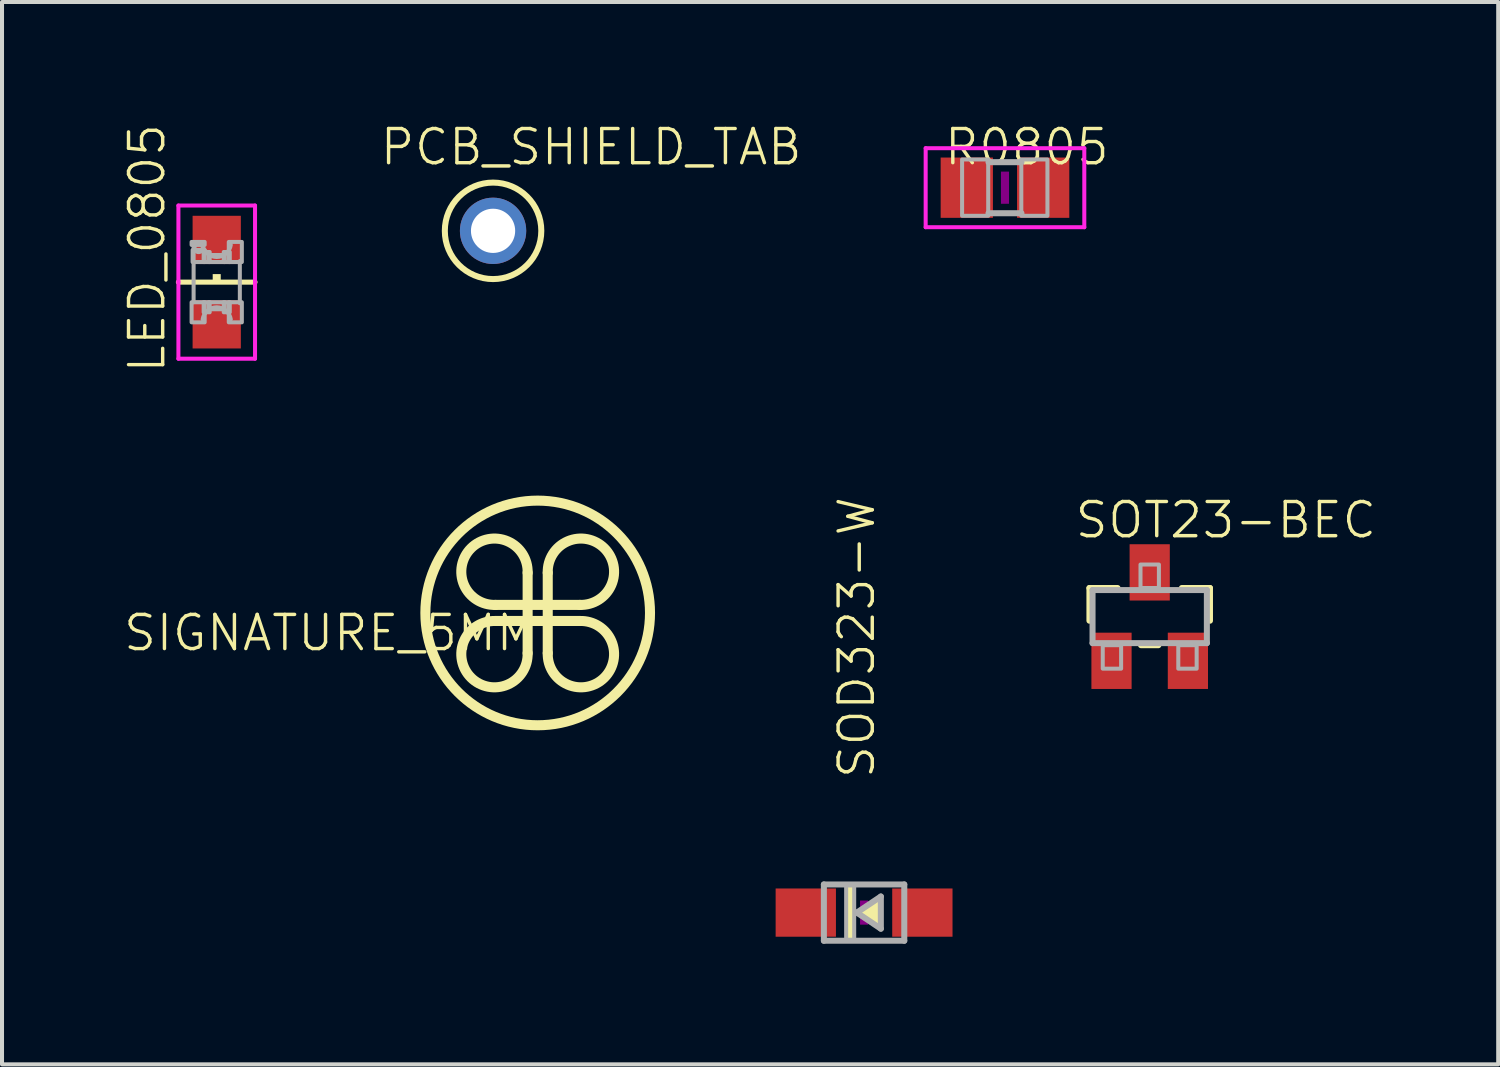
<source format=kicad_pcb>
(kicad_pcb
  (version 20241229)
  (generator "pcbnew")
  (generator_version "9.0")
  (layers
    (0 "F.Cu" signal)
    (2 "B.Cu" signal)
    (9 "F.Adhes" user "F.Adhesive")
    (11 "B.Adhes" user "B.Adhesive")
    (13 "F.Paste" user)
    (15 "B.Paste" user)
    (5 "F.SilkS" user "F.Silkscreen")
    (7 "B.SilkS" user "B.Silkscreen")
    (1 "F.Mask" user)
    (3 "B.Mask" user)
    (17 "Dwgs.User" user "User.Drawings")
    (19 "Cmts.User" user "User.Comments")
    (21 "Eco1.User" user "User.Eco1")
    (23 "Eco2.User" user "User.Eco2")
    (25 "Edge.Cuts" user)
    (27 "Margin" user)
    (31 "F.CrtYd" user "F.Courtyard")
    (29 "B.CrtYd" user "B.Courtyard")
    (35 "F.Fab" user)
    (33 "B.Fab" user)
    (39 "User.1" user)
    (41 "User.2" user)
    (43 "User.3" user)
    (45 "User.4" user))
  (footprint "R0805"
    (layer "F.Cu")
    (at 21.949 1.619)
    (property "Reference" "R0805" (at -1.556 -0.514 180) (layer "F.SilkS") (effects (font (size 0.85 0.85) (thickness 0.085)) (justify left bottom)))
    (attr smd)
    (fp_poly (pts (xy -0.1 0.4) (xy 0.1 0.4) (xy 0.1 -0.4) (xy -0.1 -0.4)) (stroke (width 0) (type solid)) (fill yes) (layer "F.Adhes"))
    (fp_line (start -1.973 -0.983) (end 1.973 -0.983) (stroke (width 0.1) (type solid)) (layer "F.CrtYd"))
    (fp_line (start -1.973 0.983) (end -1.973 -0.983) (stroke (width 0.1) (type solid)) (layer "F.CrtYd"))
    (fp_line (start 1.973 -0.983) (end 1.973 0.983) (stroke (width 0.1) (type solid)) (layer "F.CrtYd"))
    (fp_line (start 1.973 0.983) (end -1.973 0.983) (stroke (width 0.1) (type solid)) (layer "F.CrtYd"))
    (fp_line (start -0.41 -0.635) (end 0.41 -0.635) (stroke (width 0.15) (type solid)) (layer "F.Fab"))
    (fp_line (start -0.41 0.635) (end 0.41 0.635) (stroke (width 0.15) (type solid)) (layer "F.Fab"))
    (fp_poly (pts (xy -1.067 0.699) (xy -0.417 0.699) (xy -0.417 -0.702) (xy -1.067 -0.702)) (stroke (width 0.1) (type solid)) (fill no) (layer "F.Fab"))
    (fp_poly (pts (xy 0.406 0.699) (xy 1.056 0.699) (xy 1.056 -0.702) (xy 0.406 -0.702)) (stroke (width 0.1) (type solid)) (fill no) (layer "F.Fab"))
    (pad "1" smd rect (at -0.95 0) (size 1.3 1.5) (layers "F.Cu" "F.Mask" "F.Paste"))
    (pad "2" smd rect (at 0.95 0) (size 1.3 1.5) (layers "F.Cu" "F.Mask" "F.Paste")))
  (footprint "LED_0805"
    (layer "F.Cu")
    (at 2.341 3.968)
    (property "Reference" "LED_0805" (at -1.236 2.31 90) (layer "F.SilkS") (effects (font (size 0.85 0.85) (thickness 0.085)) (justify left bottom)))
    (attr smd)
    (fp_line (start -0.953 0) (end 0.953 0) (stroke (width 0.127) (type solid)) (layer "F.SilkS"))
    (fp_poly (pts (xy -0.1 0) (xy 0.1 0) (xy 0.1 -0.2) (xy -0.1 -0.2)) (stroke (width 0) (type solid)) (fill yes) (layer "F.SilkS"))
    (fp_line (start -0.953 -1.905) (end 0.953 -1.905) (stroke (width 0.1) (type solid)) (layer "F.CrtYd"))
    (fp_line (start -0.953 0) (end -0.953 -1.905) (stroke (width 0.1) (type solid)) (layer "F.CrtYd"))
    (fp_line (start -0.953 1.905) (end -0.953 0) (stroke (width 0.1) (type solid)) (layer "F.CrtYd"))
    (fp_line (start 0.953 -1.905) (end 0.953 0) (stroke (width 0.1) (type solid)) (layer "F.CrtYd"))
    (fp_line (start 0.953 0) (end 0.953 1.905) (stroke (width 0.1) (type solid)) (layer "F.CrtYd"))
    (fp_line (start 0.953 1.905) (end -0.953 1.905) (stroke (width 0.1) (type solid)) (layer "F.CrtYd"))
    (fp_line (start -0.575 0.5) (end -0.575 -0.925) (stroke (width 0.1) (type solid)) (layer "F.Fab"))
    (fp_line (start 0.575 -0.525) (end 0.575 0.525) (stroke (width 0.1) (type solid)) (layer "F.Fab"))
    (fp_arc (start -0.35 0.925) (mid -0.000001 0.625027) (end 0.35 0.924998) (stroke (width 0.1) (type solid)) (layer "F.Fab"))
    (fp_arc (start 0.35 -0.924998) (mid -0.000001 -0.625027) (end -0.35 -0.925) (stroke (width 0.1) (type solid)) (layer "F.Fab"))
    (fp_circle (center -0.45 -0.85) (end -0.347 -0.85) (stroke (width 0.1) (type solid)) (fill no) (layer "F.Fab"))
    (fp_poly (pts (xy -0.625 -0.925) (xy -0.3 -0.925) (xy -0.3 -1) (xy -0.625 -1)) (stroke (width 0.1) (type solid)) (fill no) (layer "F.Fab"))
    (fp_poly (pts (xy -0.625 1) (xy -0.3 1) (xy -0.3 0.5) (xy -0.625 0.5)) (stroke (width 0.1) (type solid)) (fill no) (layer "F.Fab"))
    (fp_poly (pts (xy -0.6 -0.5) (xy -0.3 -0.5) (xy -0.3 -0.8) (xy -0.6 -0.8)) (stroke (width 0.1) (type solid)) (fill no) (layer "F.Fab"))
    (fp_poly (pts (xy -0.325 -0.5) (xy -0.175 -0.5) (xy -0.175 -0.75) (xy -0.325 -0.75)) (stroke (width 0.1) (type solid)) (fill no) (layer "F.Fab"))
    (fp_poly (pts (xy -0.325 0.75) (xy -0.175 0.75) (xy -0.175 0.5) (xy -0.325 0.5)) (stroke (width 0.1) (type solid)) (fill no) (layer "F.Fab"))
    (fp_poly (pts (xy -0.2 -0.5) (xy 0.2 -0.5) (xy 0.2 -0.675) (xy -0.2 -0.675)) (stroke (width 0.1) (type solid)) (fill no) (layer "F.Fab"))
    (fp_poly (pts (xy -0.2 0.675) (xy 0.2 0.675) (xy 0.2 0.5) (xy -0.2 0.5)) (stroke (width 0.1) (type solid)) (fill no) (layer "F.Fab"))
    (fp_poly (pts (xy 0.175 -0.5) (xy 0.325 -0.5) (xy 0.325 -0.75) (xy 0.175 -0.75)) (stroke (width 0.1) (type solid)) (fill no) (layer "F.Fab"))
    (fp_poly (pts (xy 0.175 0.75) (xy 0.325 0.75) (xy 0.325 0.5) (xy 0.175 0.5)) (stroke (width 0.1) (type solid)) (fill no) (layer "F.Fab"))
    (fp_poly (pts (xy 0.3 -0.5) (xy 0.625 -0.5) (xy 0.625 -1) (xy 0.3 -1)) (stroke (width 0.1) (type solid)) (fill no) (layer "F.Fab"))
    (fp_poly (pts (xy 0.3 1) (xy 0.625 1) (xy 0.625 0.5) (xy 0.3 0.5)) (stroke (width 0.1) (type solid)) (fill no) (layer "F.Fab"))
    (pad "A" smd rect (at 0 1.05) (size 1.2 1.2) (layers "F.Cu" "F.Mask" "F.Paste"))
    (pad "C" smd rect (at 0 -1.05) (size 1.2 1.2) (layers "F.Cu" "F.Mask" "F.Paste")))
  (footprint "SIGNATURE_5MM"
    (layer "F.Cu")
    (at 10.325 12.197)
    (property "Reference" "SIGNATURE_5MM" (at 0 0 0) (layer "F.SilkS") (effects (font (size 0.85 0.85) (thickness 0.085)) (justify right top)))
    (attr through_hole)
    (fp_line (start -1.05 -0.2) (end 1.05 -0.2) (stroke (width 0.25) (type solid)) (layer "F.SilkS"))
    (fp_line (start -1.05 0.2) (end 1.05 0.2) (stroke (width 0.25) (type solid)) (layer "F.SilkS"))
    (fp_line (start -0.25 -1) (end -0.25 1) (stroke (width 0.25) (type solid)) (layer "F.SilkS"))
    (fp_line (start 0.25 -1) (end 0.25 1) (stroke (width 0.25) (type solid)) (layer "F.SilkS"))
    (fp_arc (start -1.05 -0.2) (mid -1.658623 -1.608625) (end -0.25 -0.999998) (stroke (width 0.25) (type solid)) (layer "F.SilkS"))
    (fp_arc (start -0.25 1) (mid -1.658625 1.608623) (end -1.049998 0.2) (stroke (width 0.25) (type solid)) (layer "F.SilkS"))
    (fp_arc (start 0.25 -1) (mid 1.658625 -1.608623) (end 1.049998 -0.2) (stroke (width 0.25) (type solid)) (layer "F.SilkS"))
    (fp_arc (start 1.05 0.2) (mid 1.658623 1.608625) (end 0.25 0.999998) (stroke (width 0.25) (type solid)) (layer "F.SilkS"))
    (fp_circle (center 0 0) (end 2.794 0) (stroke (width 0.25) (type solid)) (fill no) (layer "F.SilkS")))
  (footprint "SOT23-BEC"
    (layer "F.Cu")
    (at 25.549 12.288)
    (property "Reference" "SOT23-BEC" (at -1.905 -1.905 180) (layer "F.SilkS") (effects (font (size 0.85 0.85) (thickness 0.085)) (justify left bottom)))
    (attr smd)
    (fp_line (start -1.499 -0.711) (end -1.499 0.102) (stroke (width 0.15) (type solid)) (layer "F.SilkS"))
    (fp_line (start -0.8 -0.711) (end -1.499 -0.711) (stroke (width 0.15) (type solid)) (layer "F.SilkS"))
    (fp_line (start -0.216 0.711) (end 0.216 0.711) (stroke (width 0.15) (type solid)) (layer "F.SilkS"))
    (fp_line (start 1.499 -0.711) (end 0.8 -0.711) (stroke (width 0.15) (type solid)) (layer "F.SilkS"))
    (fp_line (start 1.499 0.102) (end 1.499 -0.711) (stroke (width 0.15) (type solid)) (layer "F.SilkS"))
    (fp_line (start -1.422 -0.66) (end 1.422 -0.66) (stroke (width 0.15) (type solid)) (layer "F.Fab"))
    (fp_line (start -1.422 0.66) (end -1.422 -0.66) (stroke (width 0.15) (type solid)) (layer "F.Fab"))
    (fp_line (start 1.422 -0.66) (end 1.422 0.66) (stroke (width 0.15) (type solid)) (layer "F.Fab"))
    (fp_line (start 1.422 0.66) (end -1.422 0.66) (stroke (width 0.15) (type solid)) (layer "F.Fab"))
    (fp_poly (pts (xy -1.168 1.295) (xy -0.711 1.295) (xy -0.711 0.711) (xy -1.168 0.711)) (stroke (width 0.1) (type solid)) (fill no) (layer "F.Fab"))
    (fp_poly (pts (xy -0.229 -0.711) (xy 0.229 -0.711) (xy 0.229 -1.295) (xy -0.229 -1.295)) (stroke (width 0.1) (type solid)) (fill no) (layer "F.Fab"))
    (fp_poly (pts (xy 0.711 1.295) (xy 1.168 1.295) (xy 1.168 0.711) (xy 0.711 0.711)) (stroke (width 0.1) (type solid)) (fill no) (layer "F.Fab"))
    (pad "B" smd rect (at -0.95 1.1) (size 1 1.4) (layers "F.Cu" "F.Mask" "F.Paste"))
    (pad "C" smd rect (at 0 -1.1) (size 1 1.4) (layers "F.Cu" "F.Mask" "F.Paste"))
    (pad "E" smd rect (at 0.95 1.1) (size 1 1.4) (layers "F.Cu" "F.Mask" "F.Paste")))
  (footprint "PCB_SHIELD_TAB"
    (layer "F.Cu")
    (at 9.215 2.692)
    (property "Reference" "PCB_SHIELD_TAB" (at -2.857 -1.587 0) (layer "F.SilkS") (effects (font (size 0.85 0.85) (thickness 0.085)) (justify left bottom)))
    (attr through_hole)
    (fp_circle (center 0 0) (end 1.2 0) (stroke (width 0.15) (type solid)) (fill no) (layer "F.SilkS"))
    (pad "1" thru_hole circle (at 0 0) (size 1.65 1.65) (drill 1.1) (layers "*.Cu" "*.Mask")))
  (footprint "SOD323-W"
    (layer "F.Cu")
    (at 18.444 19.651)
    (property "Reference" "SOD323-W" (at 0.312 -3.286 90) (layer "F.SilkS") (effects (font (size 0.85 0.85) (thickness 0.085)) (justify left bottom)))
    (attr smd)
    (fp_poly (pts (xy -0.191 0) (xy 0.381 -0.381) (xy 0.381 0.381)) (stroke (width 0) (type solid)) (fill yes) (layer "F.SilkS"))
    (fp_poly (pts (xy -0.446 0.7) (xy -0.246 0.7) (xy -0.246 -0.7) (xy -0.446 -0.7)) (stroke (width 0) (type solid)) (fill yes) (layer "F.SilkS"))
    (fp_poly (pts (xy -0.1 -0.3) (xy 0.1 -0.3) (xy 0.1 0.3) (xy -0.1 0.3)) (stroke (width 0) (type solid)) (fill yes) (layer "F.Adhes"))
    (fp_line (start -1 -0.7) (end 1 -0.7) (stroke (width 0.15) (type solid)) (layer "F.Fab"))
    (fp_line (start -1 0.7) (end -1 -0.7) (stroke (width 0.15) (type solid)) (layer "F.Fab"))
    (fp_line (start -0.182 0) (end 0.417 -0.4) (stroke (width 0.15) (type solid)) (layer "F.Fab"))
    (fp_line (start 0.417 -0.4) (end 0.417 0.4) (stroke (width 0.15) (type solid)) (layer "F.Fab"))
    (fp_line (start 0.417 0.4) (end -0.182 0) (stroke (width 0.15) (type solid)) (layer "F.Fab"))
    (fp_line (start 1 -0.7) (end 1 0.7) (stroke (width 0.15) (type solid)) (layer "F.Fab"))
    (fp_line (start 1 0.7) (end -1 0.7) (stroke (width 0.15) (type solid)) (layer "F.Fab"))
    (fp_poly (pts (xy -0.446 0.7) (xy -0.246 0.7) (xy -0.246 -0.7) (xy -0.446 -0.7)) (stroke (width 0.1) (type solid)) (fill no) (layer "F.Fab"))
    (pad "A" smd rect (at 1.45 0) (size 1.5 1.2) (layers "F.Cu" "F.Mask" "F.Paste"))
    (pad "C" smd rect (at -1.45 0) (size 1.5 1.2) (layers "F.Cu" "F.Mask" "F.Paste")))
  (gr_rect
    (start -3 -3)
    (end 34.218 23.426)
    (stroke (width 0.1) (type default))
    (fill no)
    (layer "Edge.Cuts")))
</source>
